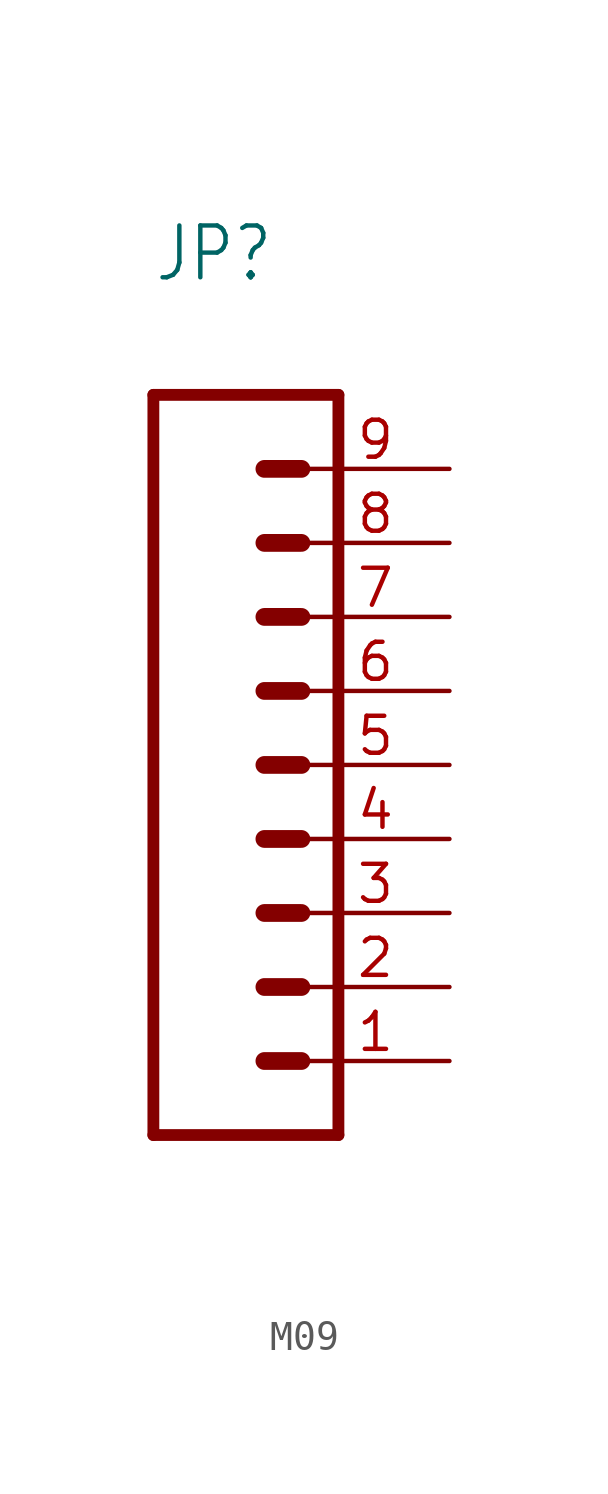
<source format=kicad_sym>
(kicad_symbol_lib
  (version 20220914)
  (generator kicad_symbol_editor)
  (symbol "M09"
    (property "Reference" "JP"
      (at 0 16.51 0)
      (effects (font (size 1.778 1.511)) (justify left bottom)))
    (property "Value" ""
      (at 0 -15.24 0)
      (effects (font (size 1.778 1.511)) (justify left bottom)))
    (property "ki_locked" ""
      (at 0 0 0)
      (effects (font (size 1.27 1.27))))
    (symbol "M09_1_0"
      (polyline (pts (xy 0 12.7) (xy 0 -12.7)) (stroke (width 0.406) (type solid)) (fill (type none)))
      (polyline (pts (xy 0 12.7) (xy 6.35 12.7)) (stroke (width 0.406) (type solid)) (fill (type none)))
      (polyline (pts (xy 3.81 -10.16) (xy 5.08 -10.16)) (stroke (width 0.61) (type solid)) (fill (type none)))
      (polyline (pts (xy 3.81 -7.62) (xy 5.08 -7.62)) (stroke (width 0.61) (type solid)) (fill (type none)))
      (polyline (pts (xy 3.81 -5.08) (xy 5.08 -5.08)) (stroke (width 0.61) (type solid)) (fill (type none)))
      (polyline (pts (xy 3.81 -2.54) (xy 5.08 -2.54)) (stroke (width 0.61) (type solid)) (fill (type none)))
      (polyline (pts (xy 3.81 0) (xy 5.08 0)) (stroke (width 0.61) (type solid)) (fill (type none)))
      (polyline (pts (xy 3.81 2.54) (xy 5.08 2.54)) (stroke (width 0.61) (type solid)) (fill (type none)))
      (polyline (pts (xy 3.81 5.08) (xy 5.08 5.08)) (stroke (width 0.61) (type solid)) (fill (type none)))
      (polyline (pts (xy 3.81 7.62) (xy 5.08 7.62)) (stroke (width 0.61) (type solid)) (fill (type none)))
      (polyline (pts (xy 3.81 10.16) (xy 5.08 10.16)) (stroke (width 0.61) (type solid)) (fill (type none)))
      (polyline (pts (xy 6.35 -12.7) (xy 0 -12.7)) (stroke (width 0.406) (type solid)) (fill (type none)))
      (polyline (pts (xy 6.35 -12.7) (xy 6.35 12.7)) (stroke (width 0.406) (type solid)) (fill (type none)))
      (pin passive line (at 10.16 -10.16 180) (length 5.08) (name "1" (effects (font (size 0 0)))) (number "1" (effects (font (size 1.27 1.27)))))
      (pin passive line (at 10.16 -7.62 180) (length 5.08) (name "2" (effects (font (size 0 0)))) (number "2" (effects (font (size 1.27 1.27)))))
      (pin passive line (at 10.16 -5.08 180) (length 5.08) (name "3" (effects (font (size 0 0)))) (number "3" (effects (font (size 1.27 1.27)))))
      (pin passive line (at 10.16 -2.54 180) (length 5.08) (name "4" (effects (font (size 0 0)))) (number "4" (effects (font (size 1.27 1.27)))))
      (pin passive line (at 10.16 0 180) (length 5.08) (name "5" (effects (font (size 0 0)))) (number "5" (effects (font (size 1.27 1.27)))))
      (pin passive line (at 10.16 2.54 180) (length 5.08) (name "6" (effects (font (size 0 0)))) (number "6" (effects (font (size 1.27 1.27)))))
      (pin passive line (at 10.16 5.08 180) (length 5.08) (name "7" (effects (font (size 0 0)))) (number "7" (effects (font (size 1.27 1.27)))))
      (pin passive line (at 10.16 7.62 180) (length 5.08) (name "8" (effects (font (size 0 0)))) (number "8" (effects (font (size 1.27 1.27)))))
      (pin passive line (at 10.16 10.16 180) (length 5.08) (name "9" (effects (font (size 0 0)))) (number "9" (effects (font (size 1.27 1.27))))))))
</source>
